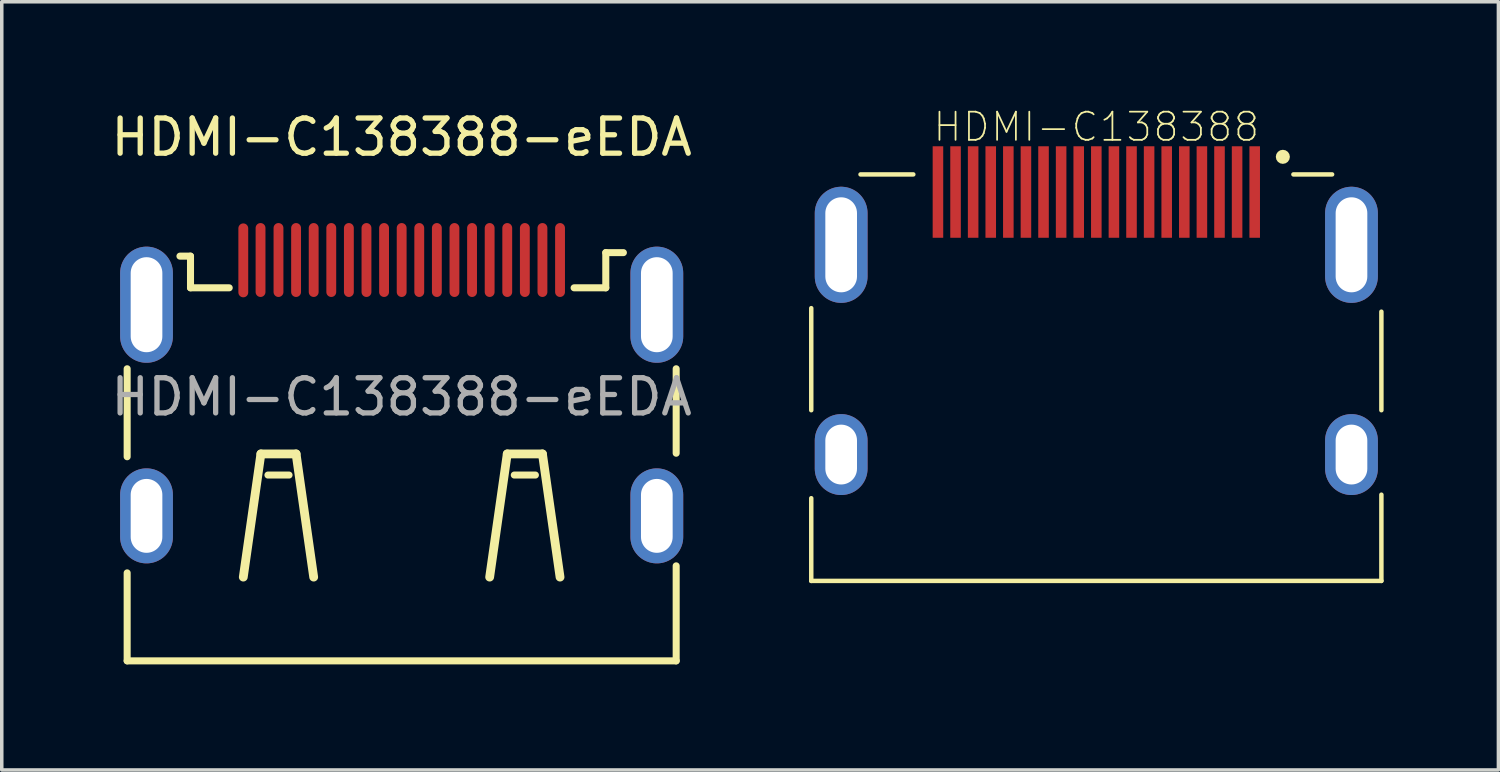
<source format=kicad_pcb>
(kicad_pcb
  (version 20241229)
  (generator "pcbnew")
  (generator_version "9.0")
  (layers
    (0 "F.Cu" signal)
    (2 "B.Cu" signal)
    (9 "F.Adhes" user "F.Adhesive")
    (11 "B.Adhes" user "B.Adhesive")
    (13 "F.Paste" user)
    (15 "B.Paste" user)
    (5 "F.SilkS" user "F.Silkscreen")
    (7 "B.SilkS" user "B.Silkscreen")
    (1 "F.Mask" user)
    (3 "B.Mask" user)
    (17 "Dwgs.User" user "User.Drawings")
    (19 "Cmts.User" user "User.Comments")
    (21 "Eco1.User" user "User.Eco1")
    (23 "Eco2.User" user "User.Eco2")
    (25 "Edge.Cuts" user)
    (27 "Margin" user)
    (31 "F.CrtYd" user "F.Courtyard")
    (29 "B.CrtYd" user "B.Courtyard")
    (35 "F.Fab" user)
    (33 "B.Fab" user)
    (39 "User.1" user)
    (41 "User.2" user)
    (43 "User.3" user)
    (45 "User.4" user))
  (footprint "HDMI-C138388-eEDA"
    (layer "F.Cu")
    (at 8.363 8.228)
    (property "Reference" "HDMI-C138388-eEDA" (at 0 -7.38 0) (layer "F.SilkS") (effects (font (size 1 1) (thickness 0.15))))
    (attr smd)
    (fp_line (start -7.8 -0.8) (end -7.8 1.7) (stroke (width 0.2) (type solid)) (layer "F.SilkS"))
    (fp_line (start -7.8 5) (end -7.8 7.5) (stroke (width 0.2) (type solid)) (layer "F.SilkS"))
    (fp_line (start -7.8 7.5) (end 7.8 7.5) (stroke (width 0.2) (type solid)) (layer "F.SilkS"))
    (fp_line (start -6 -4) (end -6.3 -4) (stroke (width 0.2) (type solid)) (layer "F.SilkS"))
    (fp_line (start -6 -3.1) (end -6 -4) (stroke (width 0.2) (type solid)) (layer "F.SilkS"))
    (fp_line (start -4.9 -3.1) (end -6 -3.1) (stroke (width 0.2) (type solid)) (layer "F.SilkS"))
    (fp_line (start -4 1.62) (end -4.5 5.12) (stroke (width 0.25) (type solid)) (layer "F.SilkS"))
    (fp_line (start -3.2 2.22) (end -3.8 2.22) (stroke (width 0.2) (type solid)) (layer "F.SilkS"))
    (fp_line (start -3 1.62) (end -4 1.62) (stroke (width 0.25) (type solid)) (layer "F.SilkS"))
    (fp_line (start -2.5 5.12) (end -3 1.62) (stroke (width 0.25) (type solid)) (layer "F.SilkS"))
    (fp_line (start 2.5 5.12) (end 3 1.62) (stroke (width 0.25) (type solid)) (layer "F.SilkS"))
    (fp_line (start 3 1.62) (end 4 1.62) (stroke (width 0.25) (type solid)) (layer "F.SilkS"))
    (fp_line (start 3.2 2.22) (end 3.8 2.22) (stroke (width 0.2) (type solid)) (layer "F.SilkS"))
    (fp_line (start 4 1.62) (end 4.5 5.12) (stroke (width 0.25) (type solid)) (layer "F.SilkS"))
    (fp_line (start 4.9 -3.1) (end 5.8 -3.1) (stroke (width 0.2) (type solid)) (layer "F.SilkS"))
    (fp_line (start 5.8 -4.1) (end 6.3 -4.1) (stroke (width 0.2) (type solid)) (layer "F.SilkS"))
    (fp_line (start 5.8 -3.1) (end 5.8 -4.1) (stroke (width 0.2) (type solid)) (layer "F.SilkS"))
    (fp_line (start 7.8 -0.8) (end 7.8 1.6) (stroke (width 0.2) (type solid)) (layer "F.SilkS"))
    (fp_line (start 7.8 7.5) (end 7.8 4.8) (stroke (width 0.2) (type solid)) (layer "F.SilkS"))
    (fp_circle (center 7.4 -3.7) (end 7.5 -3.7) (stroke (width 0.2) (type solid)) (fill no) (layer "F.Fab"))
    (fp_text user "${REFERENCE}" (at 0 0 0) (layer "F.Fab") (effects (font (size 1 1) (thickness 0.15))))
    (pad "1" smd oval (at 4.5 -3.89) (size 0.28 2.1) (layers "F.Cu" "F.Mask" "F.Paste"))
    (pad "2" smd oval (at 4 -3.89) (size 0.28 2.1) (layers "F.Cu" "F.Mask" "F.Paste"))
    (pad "3" smd oval (at 3.5 -3.89) (size 0.28 2.1) (layers "F.Cu" "F.Mask" "F.Paste"))
    (pad "4" smd oval (at 3 -3.89) (size 0.28 2.1) (layers "F.Cu" "F.Mask" "F.Paste"))
    (pad "5" smd oval (at 2.5 -3.89) (size 0.28 2.1) (layers "F.Cu" "F.Mask" "F.Paste"))
    (pad "6" smd oval (at 2 -3.89) (size 0.28 2.1) (layers "F.Cu" "F.Mask" "F.Paste"))
    (pad "7" smd oval (at 1.5 -3.89) (size 0.28 2.1) (layers "F.Cu" "F.Mask" "F.Paste"))
    (pad "8" smd oval (at 1 -3.89) (size 0.28 2.1) (layers "F.Cu" "F.Mask" "F.Paste"))
    (pad "9" smd oval (at 0.5 -3.89) (size 0.28 2.1) (layers "F.Cu" "F.Mask" "F.Paste"))
    (pad "10" smd oval (at 0 -3.89) (size 0.28 2.1) (layers "F.Cu" "F.Mask" "F.Paste"))
    (pad "11" smd oval (at -0.5 -3.89) (size 0.28 2.1) (layers "F.Cu" "F.Mask" "F.Paste"))
    (pad "12" smd oval (at -1 -3.89) (size 0.28 2.1) (layers "F.Cu" "F.Mask" "F.Paste"))
    (pad "13" smd oval (at -1.5 -3.89) (size 0.28 2.1) (layers "F.Cu" "F.Mask" "F.Paste"))
    (pad "14" smd oval (at -2 -3.89) (size 0.28 2.1) (layers "F.Cu" "F.Mask" "F.Paste"))
    (pad "15" smd oval (at -2.5 -3.89) (size 0.28 2.1) (layers "F.Cu" "F.Mask" "F.Paste"))
    (pad "16" smd oval (at -3 -3.89) (size 0.28 2.1) (layers "F.Cu" "F.Mask" "F.Paste"))
    (pad "17" smd oval (at -3.5 -3.89) (size 0.28 2.1) (layers "F.Cu" "F.Mask" "F.Paste"))
    (pad "18" smd oval (at -4.01 -3.89) (size 0.28 2.1) (layers "F.Cu" "F.Mask" "F.Paste"))
    (pad "19" smd oval (at -4.5 -3.88) (size 0.28 2.1) (layers "F.Cu" "F.Mask" "F.Paste"))
    (pad "SH" thru_hole oval (at -7.25 -2.62) (size 1.5 3.3) (drill oval 0.9 2.7) (layers "*.Cu" "*.Mask"))
    (pad "SH" thru_hole oval (at -7.25 3.38) (size 1.5 2.7) (drill oval 0.9 2.1) (layers "*.Cu" "*.Mask"))
    (pad "SH" thru_hole oval (at 7.25 -2.62) (size 1.5 3.3) (drill oval 0.9 2.7) (layers "*.Cu" "*.Mask"))
    (pad "SH" thru_hole oval (at 7.25 3.38) (size 1.5 2.7) (drill oval 0.9 2.1) (layers "*.Cu" "*.Mask")))
  (footprint "HDMI-C138388"
    (layer "F.Cu")
    (at 28.101 3.906)
    (property "Reference" "HDMI-C138388" (at 0 -3.35 0) (layer "F.SilkS") (effects (font (size 0.8 0.8) (thickness 0.05))))
    (attr smd)
    (fp_line (start -8.1 4.7) (end -8.1 1.8) (stroke (width 0.127) (type solid)) (layer "F.SilkS"))
    (fp_line (start -8.1 9.55) (end -8.1 7.2) (stroke (width 0.127) (type solid)) (layer "F.SilkS"))
    (fp_line (start -8.1 9.55) (end 8.1 9.55) (stroke (width 0.127) (type solid)) (layer "F.SilkS"))
    (fp_line (start -6.7 -2) (end -5.2 -2) (stroke (width 0.127) (type solid)) (layer "F.SilkS"))
    (fp_line (start 5.6 -2) (end 6.7 -2) (stroke (width 0.127) (type solid)) (layer "F.SilkS"))
    (fp_line (start 8.1 1.9) (end 8.1 4.7) (stroke (width 0.127) (type solid)) (layer "F.SilkS"))
    (fp_line (start 8.1 7.1) (end 8.1 9.55) (stroke (width 0.127) (type solid)) (layer "F.SilkS"))
    (fp_circle (center 5.3 -2.5) (end 5.4 -2.5) (stroke (width 0.2) (type solid)) (fill no) (layer "F.SilkS"))
    (fp_line (start -8.35 -2.2) (end 8.4 -2.2) (stroke (width 0.05) (type solid)) (layer "Eco1.User"))
    (fp_line (start -8.35 8.5) (end -8.35 -2.2) (stroke (width 0.05) (type solid)) (layer "Eco1.User"))
    (fp_line (start -8.35 9.5) (end -8.35 8.5) (stroke (width 0.05) (type solid)) (layer "Eco1.User"))
    (fp_line (start 8.4 -2.2) (end 8.4 9.5) (stroke (width 0.05) (type solid)) (layer "Eco1.User"))
    (fp_line (start 8.4 9.5) (end -8.35 9.5) (stroke (width 0.05) (type solid)) (layer "Eco1.User"))
    (fp_line (start -8.1 -2) (end 8.1 -2) (stroke (width 0.127) (type solid)) (layer "Eco2.User"))
    (fp_line (start -8.1 8.5) (end -8.1 -2) (stroke (width 0.127) (type solid)) (layer "Eco2.User"))
    (fp_line (start -8.1 10.55) (end -8.1 8.5) (stroke (width 0.127) (type solid)) (layer "Eco2.User"))
    (fp_line (start 8.1 -2) (end 8.1 8.5) (stroke (width 0.127) (type solid)) (layer "Eco2.User"))
    (fp_line (start 8.1 8.5) (end 8.1 10.55) (stroke (width 0.127) (type solid)) (layer "Eco2.User"))
    (fp_line (start 8.1 10.55) (end -8.1 10.55) (stroke (width 0.127) (type solid)) (layer "Eco2.User"))
    (pad "1" smd rect (at 4.5 -1.5 90) (size 2.6 0.3) (layers "F.Cu" "F.Mask" "F.Paste"))
    (pad "2" smd rect (at 4 -1.5 90) (size 2.6 0.3) (layers "F.Cu" "F.Mask" "F.Paste"))
    (pad "3" smd rect (at 3.5 -1.5 90) (size 2.6 0.3) (layers "F.Cu" "F.Mask" "F.Paste"))
    (pad "4" smd rect (at 3 -1.5 90) (size 2.6 0.3) (layers "F.Cu" "F.Mask" "F.Paste"))
    (pad "5" smd rect (at 2.5 -1.5 90) (size 2.6 0.3) (layers "F.Cu" "F.Mask" "F.Paste"))
    (pad "6" smd rect (at 2 -1.5 90) (size 2.6 0.3) (layers "F.Cu" "F.Mask" "F.Paste"))
    (pad "7" smd rect (at 1.5 -1.5 90) (size 2.6 0.3) (layers "F.Cu" "F.Mask" "F.Paste"))
    (pad "8" smd rect (at 1 -1.5 90) (size 2.6 0.3) (layers "F.Cu" "F.Mask" "F.Paste"))
    (pad "9" smd rect (at 0.5 -1.5 90) (size 2.6 0.3) (layers "F.Cu" "F.Mask" "F.Paste"))
    (pad "10" smd rect (at 0 -1.5 90) (size 2.6 0.3) (layers "F.Cu" "F.Mask" "F.Paste"))
    (pad "11" smd rect (at -0.5 -1.5 90) (size 2.6 0.3) (layers "F.Cu" "F.Mask" "F.Paste"))
    (pad "12" smd rect (at -1 -1.5 90) (size 2.6 0.3) (layers "F.Cu" "F.Mask" "F.Paste"))
    (pad "13" smd rect (at -1.5 -1.5 90) (size 2.6 0.3) (layers "F.Cu" "F.Mask" "F.Paste"))
    (pad "14" smd rect (at -2 -1.5 90) (size 2.6 0.3) (layers "F.Cu" "F.Mask" "F.Paste"))
    (pad "15" smd rect (at -2.5 -1.5 90) (size 2.6 0.3) (layers "F.Cu" "F.Mask" "F.Paste"))
    (pad "16" smd rect (at -3 -1.5 90) (size 2.6 0.3) (layers "F.Cu" "F.Mask" "F.Paste"))
    (pad "17" smd rect (at -3.5 -1.5 90) (size 2.6 0.3) (layers "F.Cu" "F.Mask" "F.Paste"))
    (pad "18" smd rect (at -4 -1.5 90) (size 2.6 0.3) (layers "F.Cu" "F.Mask" "F.Paste"))
    (pad "19" smd rect (at -4.5 -1.5 90) (size 2.6 0.3) (layers "F.Cu" "F.Mask" "F.Paste"))
    (pad "SH" thru_hole oval (at -7.25 0) (size 1.5 3.3) (drill oval 0.9 2.7) (layers "*.Cu" "*.Mask"))
    (pad "SH" thru_hole oval (at -7.25 5.96) (size 1.5 2.3) (drill oval 0.9 1.7) (layers "*.Cu" "*.Mask"))
    (pad "SH" thru_hole oval (at 7.25 0) (size 1.5 3.3) (drill oval 0.9 2.7) (layers "*.Cu" "*.Mask"))
    (pad "SH" thru_hole oval (at 7.25 5.96) (size 1.5 2.3) (drill oval 0.9 1.7) (layers "*.Cu" "*.Mask")))
  (gr_rect
    (start -3 -3)
    (end 39.526 18.828)
    (stroke (width 0.1) (type default))
    (fill no)
    (layer "Edge.Cuts")))
</source>
